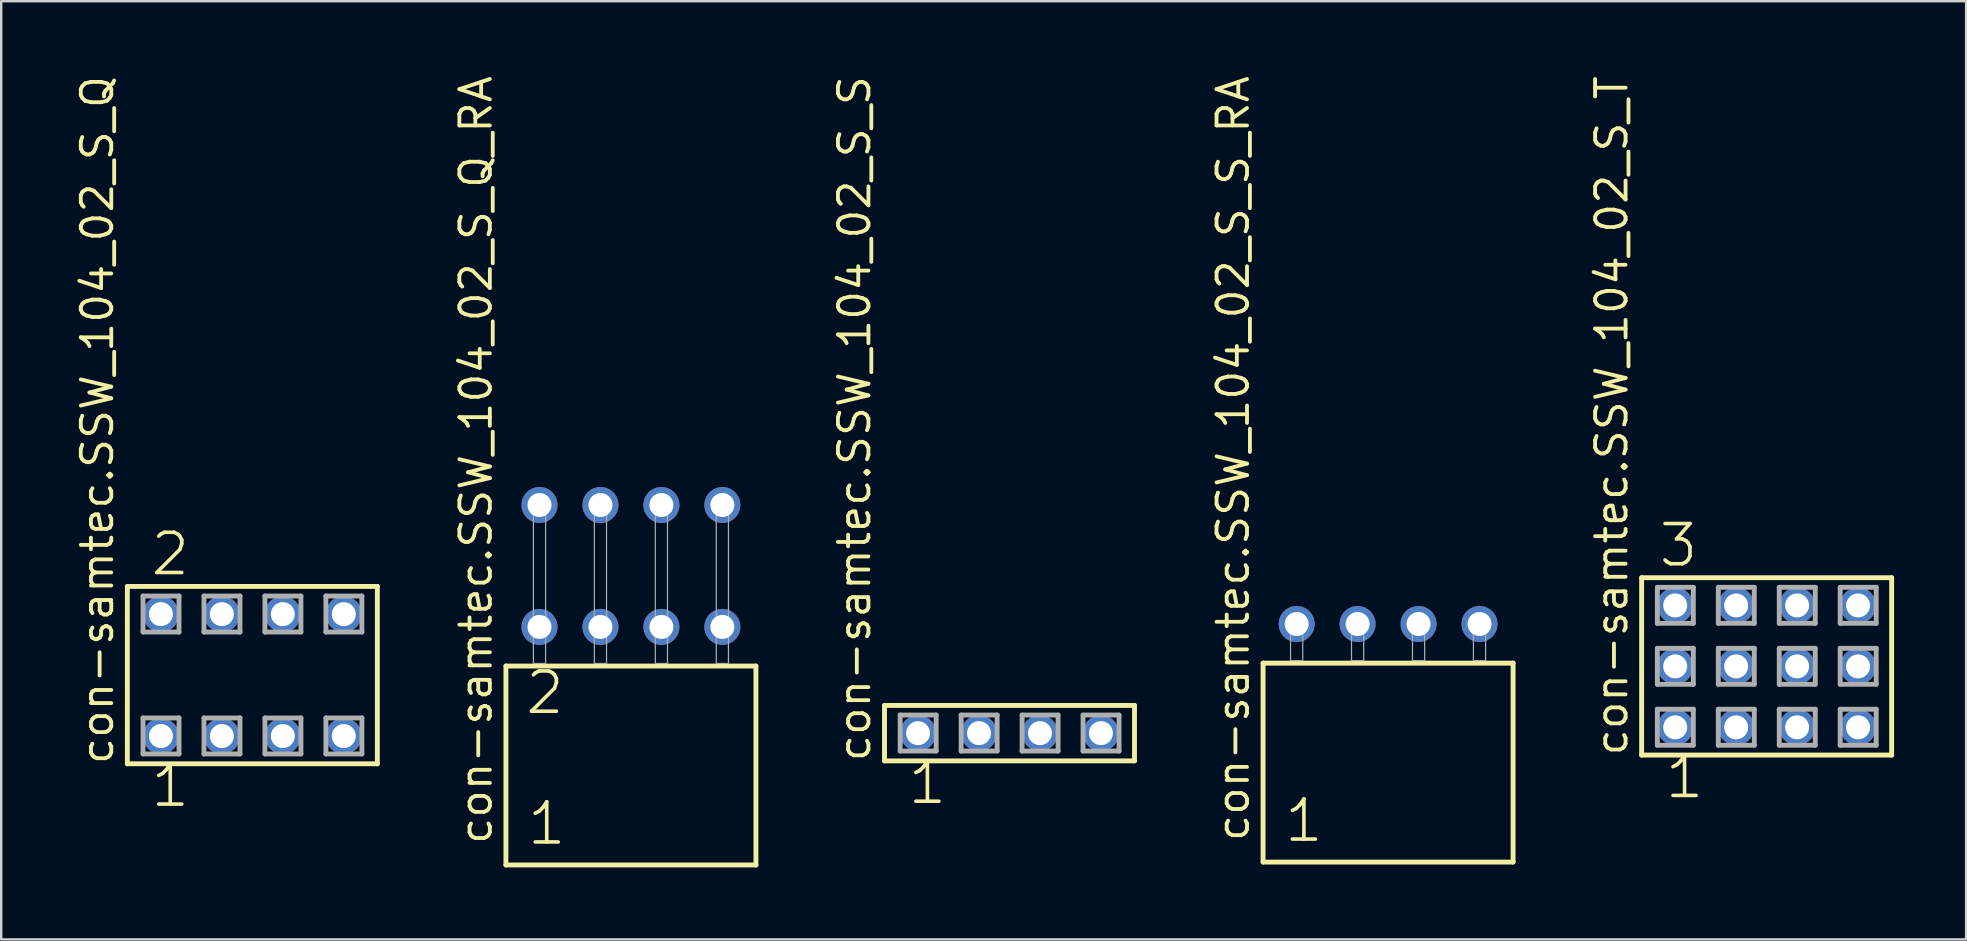
<source format=kicad_pcb>
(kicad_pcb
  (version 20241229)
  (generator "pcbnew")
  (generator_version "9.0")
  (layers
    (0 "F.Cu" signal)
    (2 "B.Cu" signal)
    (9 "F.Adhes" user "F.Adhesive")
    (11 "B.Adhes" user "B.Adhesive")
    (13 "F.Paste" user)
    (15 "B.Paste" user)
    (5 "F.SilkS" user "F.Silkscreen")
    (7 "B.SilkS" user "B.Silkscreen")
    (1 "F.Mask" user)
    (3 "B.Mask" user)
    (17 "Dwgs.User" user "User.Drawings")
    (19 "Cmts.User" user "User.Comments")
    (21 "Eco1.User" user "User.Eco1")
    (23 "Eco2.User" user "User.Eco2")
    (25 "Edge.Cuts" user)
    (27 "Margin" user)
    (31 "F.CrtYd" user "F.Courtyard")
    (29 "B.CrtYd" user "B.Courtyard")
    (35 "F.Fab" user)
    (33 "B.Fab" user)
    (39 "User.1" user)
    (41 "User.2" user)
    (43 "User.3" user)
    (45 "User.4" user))
  (footprint "con-samtec.SSW_104_02_S_Q"
    (layer "F.Cu")
    (at 7.465 25.082)
    (property "Reference" "con-samtec.SSW_104_02_S_Q" (at -5.715 3.81 90) (layer "F.SilkS") (effects (font (size 1.27 1.27) (thickness 0.16)) (justify left bottom)))
    (attr through_hole)
    (fp_line (start -5.209 -3.695) (end 5.209 -3.695) (stroke (width 0.203) (type default)) (layer "F.SilkS"))
    (fp_line (start -5.209 3.695) (end -5.209 -3.695) (stroke (width 0.203) (type default)) (layer "F.SilkS"))
    (fp_line (start 5.209 -3.695) (end 5.209 3.695) (stroke (width 0.203) (type default)) (layer "F.SilkS"))
    (fp_line (start 5.209 3.695) (end -5.209 3.695) (stroke (width 0.203) (type default)) (layer "F.SilkS"))
    (fp_line (start -4.555 -3.295) (end -3.055 -3.295) (stroke (width 0.203) (type default)) (layer "F.Fab"))
    (fp_line (start -4.555 -1.795) (end -4.555 -3.295) (stroke (width 0.203) (type default)) (layer "F.Fab"))
    (fp_line (start -4.555 1.785) (end -3.055 1.785) (stroke (width 0.203) (type default)) (layer "F.Fab"))
    (fp_line (start -4.555 3.285) (end -4.555 1.785) (stroke (width 0.203) (type default)) (layer "F.Fab"))
    (fp_line (start -3.055 -3.295) (end -3.055 -1.795) (stroke (width 0.203) (type default)) (layer "F.Fab"))
    (fp_line (start -3.055 -1.795) (end -4.555 -1.795) (stroke (width 0.203) (type default)) (layer "F.Fab"))
    (fp_line (start -3.055 1.785) (end -3.055 3.285) (stroke (width 0.203) (type default)) (layer "F.Fab"))
    (fp_line (start -3.055 3.285) (end -4.555 3.285) (stroke (width 0.203) (type default)) (layer "F.Fab"))
    (fp_line (start -2.015 -3.295) (end -0.515 -3.295) (stroke (width 0.203) (type default)) (layer "F.Fab"))
    (fp_line (start -2.015 -1.795) (end -2.015 -3.295) (stroke (width 0.203) (type default)) (layer "F.Fab"))
    (fp_line (start -2.015 1.785) (end -0.515 1.785) (stroke (width 0.203) (type default)) (layer "F.Fab"))
    (fp_line (start -2.015 3.285) (end -2.015 1.785) (stroke (width 0.203) (type default)) (layer "F.Fab"))
    (fp_line (start -0.515 -3.295) (end -0.515 -1.795) (stroke (width 0.203) (type default)) (layer "F.Fab"))
    (fp_line (start -0.515 -1.795) (end -2.015 -1.795) (stroke (width 0.203) (type default)) (layer "F.Fab"))
    (fp_line (start -0.515 1.785) (end -0.515 3.285) (stroke (width 0.203) (type default)) (layer "F.Fab"))
    (fp_line (start -0.515 3.285) (end -2.015 3.285) (stroke (width 0.203) (type default)) (layer "F.Fab"))
    (fp_line (start 0.525 -3.295) (end 2.025 -3.295) (stroke (width 0.203) (type default)) (layer "F.Fab"))
    (fp_line (start 0.525 -1.795) (end 0.525 -3.295) (stroke (width 0.203) (type default)) (layer "F.Fab"))
    (fp_line (start 0.525 1.785) (end 2.025 1.785) (stroke (width 0.203) (type default)) (layer "F.Fab"))
    (fp_line (start 0.525 3.285) (end 0.525 1.785) (stroke (width 0.203) (type default)) (layer "F.Fab"))
    (fp_line (start 2.025 -3.295) (end 2.025 -1.795) (stroke (width 0.203) (type default)) (layer "F.Fab"))
    (fp_line (start 2.025 -1.795) (end 0.525 -1.795) (stroke (width 0.203) (type default)) (layer "F.Fab"))
    (fp_line (start 2.025 1.785) (end 2.025 3.285) (stroke (width 0.203) (type default)) (layer "F.Fab"))
    (fp_line (start 2.025 3.285) (end 0.525 3.285) (stroke (width 0.203) (type default)) (layer "F.Fab"))
    (fp_line (start 3.065 -3.295) (end 4.565 -3.295) (stroke (width 0.203) (type default)) (layer "F.Fab"))
    (fp_line (start 3.065 -1.795) (end 3.065 -3.295) (stroke (width 0.203) (type default)) (layer "F.Fab"))
    (fp_line (start 3.065 1.785) (end 4.565 1.785) (stroke (width 0.203) (type default)) (layer "F.Fab"))
    (fp_line (start 3.065 3.285) (end 3.065 1.785) (stroke (width 0.203) (type default)) (layer "F.Fab"))
    (fp_line (start 4.565 -3.295) (end 4.565 -1.795) (stroke (width 0.203) (type default)) (layer "F.Fab"))
    (fp_line (start 4.565 -1.795) (end 3.065 -1.795) (stroke (width 0.203) (type default)) (layer "F.Fab"))
    (fp_line (start 4.565 1.785) (end 4.565 3.285) (stroke (width 0.203) (type default)) (layer "F.Fab"))
    (fp_line (start 4.565 3.285) (end 3.065 3.285) (stroke (width 0.203) (type default)) (layer "F.Fab"))
    (fp_text user "1" (at -4.318 5.588 0) (layer "F.SilkS") (effects (font (size 1.676 1.676) (thickness 0.15)) (justify left bottom)))
    (fp_text user "2" (at -4.318 -4.064 0) (layer "F.SilkS") (effects (font (size 1.676 1.676) (thickness 0.15)) (justify left bottom)))
    (pad "1" thru_hole circle (at -3.81 2.54) (size 1.5 1.5) (drill 1) (layers "*.Cu" "*.Mask"))
    (pad "2" thru_hole circle (at -3.81 -2.54) (size 1.5 1.5) (drill 1) (layers "*.Cu" "*.Mask"))
    (pad "3" thru_hole circle (at -1.27 2.54) (size 1.5 1.5) (drill 1) (layers "*.Cu" "*.Mask"))
    (pad "4" thru_hole circle (at -1.27 -2.54) (size 1.5 1.5) (drill 1) (layers "*.Cu" "*.Mask"))
    (pad "5" thru_hole circle (at 1.27 2.54) (size 1.5 1.5) (drill 1) (layers "*.Cu" "*.Mask"))
    (pad "6" thru_hole circle (at 1.27 -2.54) (size 1.5 1.5) (drill 1) (layers "*.Cu" "*.Mask"))
    (pad "7" thru_hole circle (at 3.81 2.54) (size 1.5 1.5) (drill 1) (layers "*.Cu" "*.Mask"))
    (pad "8" thru_hole circle (at 3.81 -2.54) (size 1.5 1.5) (drill 1) (layers "*.Cu" "*.Mask")))
  (footprint "con-samtec.SSW_104_02_S_Q_RA"
    (layer "F.Cu")
    (at 23.241 24.598)
    (property "Reference" "con-samtec.SSW_104_02_S_Q_RA" (at -5.715 7.62 90) (layer "F.SilkS") (effects (font (size 1.27 1.27) (thickness 0.16)) (justify left bottom)))
    (attr through_hole)
    (fp_line (start -5.209 0.106) (end -5.209 8.396) (stroke (width 0.203) (type default)) (layer "F.SilkS"))
    (fp_line (start -5.209 8.396) (end 5.209 8.396) (stroke (width 0.203) (type default)) (layer "F.SilkS"))
    (fp_line (start 5.209 0.106) (end -5.209 0.106) (stroke (width 0.203) (type default)) (layer "F.SilkS"))
    (fp_line (start 5.209 8.396) (end 5.209 0.106) (stroke (width 0.203) (type default)) (layer "F.SilkS"))
    (fp_rect (start -4.064 0) (end -3.556 -6.858) (stroke (width 0.05) (type default)) (fill no) (layer "F.Fab"))
    (fp_rect (start -1.524 0) (end -1.016 -6.858) (stroke (width 0.05) (type default)) (fill no) (layer "F.Fab"))
    (fp_rect (start 1.016 0) (end 1.524 -6.858) (stroke (width 0.05) (type default)) (fill no) (layer "F.Fab"))
    (fp_rect (start 3.556 0) (end 4.064 -6.858) (stroke (width 0.05) (type default)) (fill no) (layer "F.Fab"))
    (fp_text user "1" (at -4.405 7.65 0) (layer "F.SilkS") (effects (font (size 1.676 1.676) (thickness 0.15)) (justify left bottom)))
    (fp_text user "2" (at -4.48 2.2 0) (layer "F.SilkS") (effects (font (size 1.676 1.676) (thickness 0.15)) (justify left bottom)))
    (pad "1" thru_hole circle (at -3.81 -1.524) (size 1.5 1.5) (drill 1) (layers "*.Cu" "*.Mask"))
    (pad "2" thru_hole circle (at -3.81 -6.604) (size 1.5 1.5) (drill 1) (layers "*.Cu" "*.Mask"))
    (pad "3" thru_hole circle (at -1.27 -1.524) (size 1.5 1.5) (drill 1) (layers "*.Cu" "*.Mask"))
    (pad "4" thru_hole circle (at -1.27 -6.604) (size 1.5 1.5) (drill 1) (layers "*.Cu" "*.Mask"))
    (pad "5" thru_hole circle (at 1.27 -1.524) (size 1.5 1.5) (drill 1) (layers "*.Cu" "*.Mask"))
    (pad "6" thru_hole circle (at 1.27 -6.604) (size 1.5 1.5) (drill 1) (layers "*.Cu" "*.Mask"))
    (pad "7" thru_hole circle (at 3.81 -1.524) (size 1.5 1.5) (drill 1) (layers "*.Cu" "*.Mask"))
    (pad "8" thru_hole circle (at 3.81 -6.604) (size 1.5 1.5) (drill 1) (layers "*.Cu" "*.Mask")))
  (footprint "con-samtec.SSW_104_02_S_T"
    (layer "F.Cu")
    (at 70.567 24.719)
    (property "Reference" "con-samtec.SSW_104_02_S_T" (at -5.715 3.81 90) (layer "F.SilkS") (effects (font (size 1.27 1.27) (thickness 0.16)) (justify left bottom)))
    (attr through_hole)
    (fp_line (start -5.209 -3.695) (end 5.209 -3.695) (stroke (width 0.203) (type default)) (layer "F.SilkS"))
    (fp_line (start -5.209 3.695) (end -5.209 -3.695) (stroke (width 0.203) (type default)) (layer "F.SilkS"))
    (fp_line (start 5.209 -3.695) (end 5.209 3.695) (stroke (width 0.203) (type default)) (layer "F.SilkS"))
    (fp_line (start 5.209 3.695) (end -5.209 3.695) (stroke (width 0.203) (type default)) (layer "F.SilkS"))
    (fp_line (start -4.555 -3.295) (end -3.055 -3.295) (stroke (width 0.203) (type default)) (layer "F.Fab"))
    (fp_line (start -4.555 -1.795) (end -4.555 -3.295) (stroke (width 0.203) (type default)) (layer "F.Fab"))
    (fp_line (start -4.555 -0.755) (end -3.055 -0.755) (stroke (width 0.203) (type default)) (layer "F.Fab"))
    (fp_line (start -4.555 0.745) (end -4.555 -0.755) (stroke (width 0.203) (type default)) (layer "F.Fab"))
    (fp_line (start -4.555 1.785) (end -3.055 1.785) (stroke (width 0.203) (type default)) (layer "F.Fab"))
    (fp_line (start -4.555 3.285) (end -4.555 1.785) (stroke (width 0.203) (type default)) (layer "F.Fab"))
    (fp_line (start -3.055 -3.295) (end -3.055 -1.795) (stroke (width 0.203) (type default)) (layer "F.Fab"))
    (fp_line (start -3.055 -1.795) (end -4.555 -1.795) (stroke (width 0.203) (type default)) (layer "F.Fab"))
    (fp_line (start -3.055 -0.755) (end -3.055 0.745) (stroke (width 0.203) (type default)) (layer "F.Fab"))
    (fp_line (start -3.055 0.745) (end -4.555 0.745) (stroke (width 0.203) (type default)) (layer "F.Fab"))
    (fp_line (start -3.055 1.785) (end -3.055 3.285) (stroke (width 0.203) (type default)) (layer "F.Fab"))
    (fp_line (start -3.055 3.285) (end -4.555 3.285) (stroke (width 0.203) (type default)) (layer "F.Fab"))
    (fp_line (start -2.015 -3.295) (end -0.515 -3.295) (stroke (width 0.203) (type default)) (layer "F.Fab"))
    (fp_line (start -2.015 -1.795) (end -2.015 -3.295) (stroke (width 0.203) (type default)) (layer "F.Fab"))
    (fp_line (start -2.015 -0.755) (end -0.515 -0.755) (stroke (width 0.203) (type default)) (layer "F.Fab"))
    (fp_line (start -2.015 0.745) (end -2.015 -0.755) (stroke (width 0.203) (type default)) (layer "F.Fab"))
    (fp_line (start -2.015 1.785) (end -0.515 1.785) (stroke (width 0.203) (type default)) (layer "F.Fab"))
    (fp_line (start -2.015 3.285) (end -2.015 1.785) (stroke (width 0.203) (type default)) (layer "F.Fab"))
    (fp_line (start -0.515 -3.295) (end -0.515 -1.795) (stroke (width 0.203) (type default)) (layer "F.Fab"))
    (fp_line (start -0.515 -1.795) (end -2.015 -1.795) (stroke (width 0.203) (type default)) (layer "F.Fab"))
    (fp_line (start -0.515 -0.755) (end -0.515 0.745) (stroke (width 0.203) (type default)) (layer "F.Fab"))
    (fp_line (start -0.515 0.745) (end -2.015 0.745) (stroke (width 0.203) (type default)) (layer "F.Fab"))
    (fp_line (start -0.515 1.785) (end -0.515 3.285) (stroke (width 0.203) (type default)) (layer "F.Fab"))
    (fp_line (start -0.515 3.285) (end -2.015 3.285) (stroke (width 0.203) (type default)) (layer "F.Fab"))
    (fp_line (start 0.525 -3.295) (end 2.025 -3.295) (stroke (width 0.203) (type default)) (layer "F.Fab"))
    (fp_line (start 0.525 -1.795) (end 0.525 -3.295) (stroke (width 0.203) (type default)) (layer "F.Fab"))
    (fp_line (start 0.525 -0.755) (end 2.025 -0.755) (stroke (width 0.203) (type default)) (layer "F.Fab"))
    (fp_line (start 0.525 0.745) (end 0.525 -0.755) (stroke (width 0.203) (type default)) (layer "F.Fab"))
    (fp_line (start 0.525 1.785) (end 2.025 1.785) (stroke (width 0.203) (type default)) (layer "F.Fab"))
    (fp_line (start 0.525 3.285) (end 0.525 1.785) (stroke (width 0.203) (type default)) (layer "F.Fab"))
    (fp_line (start 2.025 -3.295) (end 2.025 -1.795) (stroke (width 0.203) (type default)) (layer "F.Fab"))
    (fp_line (start 2.025 -1.795) (end 0.525 -1.795) (stroke (width 0.203) (type default)) (layer "F.Fab"))
    (fp_line (start 2.025 -0.755) (end 2.025 0.745) (stroke (width 0.203) (type default)) (layer "F.Fab"))
    (fp_line (start 2.025 0.745) (end 0.525 0.745) (stroke (width 0.203) (type default)) (layer "F.Fab"))
    (fp_line (start 2.025 1.785) (end 2.025 3.285) (stroke (width 0.203) (type default)) (layer "F.Fab"))
    (fp_line (start 2.025 3.285) (end 0.525 3.285) (stroke (width 0.203) (type default)) (layer "F.Fab"))
    (fp_line (start 3.065 -3.295) (end 4.565 -3.295) (stroke (width 0.203) (type default)) (layer "F.Fab"))
    (fp_line (start 3.065 -1.795) (end 3.065 -3.295) (stroke (width 0.203) (type default)) (layer "F.Fab"))
    (fp_line (start 3.065 -0.755) (end 4.565 -0.755) (stroke (width 0.203) (type default)) (layer "F.Fab"))
    (fp_line (start 3.065 0.745) (end 3.065 -0.755) (stroke (width 0.203) (type default)) (layer "F.Fab"))
    (fp_line (start 3.065 1.785) (end 4.565 1.785) (stroke (width 0.203) (type default)) (layer "F.Fab"))
    (fp_line (start 3.065 3.285) (end 3.065 1.785) (stroke (width 0.203) (type default)) (layer "F.Fab"))
    (fp_line (start 4.565 -3.295) (end 4.565 -1.795) (stroke (width 0.203) (type default)) (layer "F.Fab"))
    (fp_line (start 4.565 -1.795) (end 3.065 -1.795) (stroke (width 0.203) (type default)) (layer "F.Fab"))
    (fp_line (start 4.565 -0.755) (end 4.565 0.745) (stroke (width 0.203) (type default)) (layer "F.Fab"))
    (fp_line (start 4.565 0.745) (end 3.065 0.745) (stroke (width 0.203) (type default)) (layer "F.Fab"))
    (fp_line (start 4.565 1.785) (end 4.565 3.285) (stroke (width 0.203) (type default)) (layer "F.Fab"))
    (fp_line (start 4.565 3.285) (end 3.065 3.285) (stroke (width 0.203) (type default)) (layer "F.Fab"))
    (fp_text user "3" (at -4.572 -4.064 0) (layer "F.SilkS") (effects (font (size 1.676 1.676) (thickness 0.15)) (justify left bottom)))
    (fp_text user "1" (at -4.318 5.588 0) (layer "F.SilkS") (effects (font (size 1.676 1.676) (thickness 0.15)) (justify left bottom)))
    (pad "1" thru_hole circle (at -3.81 2.54) (size 1.5 1.5) (drill 1) (layers "*.Cu" "*.Mask"))
    (pad "2" thru_hole circle (at -3.81 0) (size 1.5 1.5) (drill 1) (layers "*.Cu" "*.Mask"))
    (pad "3" thru_hole circle (at -3.81 -2.54) (size 1.5 1.5) (drill 1) (layers "*.Cu" "*.Mask"))
    (pad "4" thru_hole circle (at -1.27 2.54) (size 1.5 1.5) (drill 1) (layers "*.Cu" "*.Mask"))
    (pad "5" thru_hole circle (at -1.27 0) (size 1.5 1.5) (drill 1) (layers "*.Cu" "*.Mask"))
    (pad "6" thru_hole circle (at -1.27 -2.54) (size 1.5 1.5) (drill 1) (layers "*.Cu" "*.Mask"))
    (pad "7" thru_hole circle (at 1.27 2.54) (size 1.5 1.5) (drill 1) (layers "*.Cu" "*.Mask"))
    (pad "8" thru_hole circle (at 1.27 0) (size 1.5 1.5) (drill 1) (layers "*.Cu" "*.Mask"))
    (pad "9" thru_hole circle (at 1.27 -2.54) (size 1.5 1.5) (drill 1) (layers "*.Cu" "*.Mask"))
    (pad "10" thru_hole circle (at 3.81 2.54) (size 1.5 1.5) (drill 1) (layers "*.Cu" "*.Mask"))
    (pad "11" thru_hole circle (at 3.81 0) (size 1.5 1.5) (drill 1) (layers "*.Cu" "*.Mask"))
    (pad "12" thru_hole circle (at 3.81 -2.54) (size 1.5 1.5) (drill 1) (layers "*.Cu" "*.Mask")))
  (footprint "con-samtec.SSW_104_02_S_S_RA"
    (layer "F.Cu")
    (at 54.792 24.477)
    (property "Reference" "con-samtec.SSW_104_02_S_S_RA" (at -5.715 7.62 90) (layer "F.SilkS") (effects (font (size 1.27 1.27) (thickness 0.16)) (justify left bottom)))
    (attr through_hole)
    (fp_line (start -5.209 0.106) (end -5.209 8.396) (stroke (width 0.203) (type default)) (layer "F.SilkS"))
    (fp_line (start -5.209 8.396) (end 5.209 8.396) (stroke (width 0.203) (type default)) (layer "F.SilkS"))
    (fp_line (start 5.209 0.106) (end -5.209 0.106) (stroke (width 0.203) (type default)) (layer "F.SilkS"))
    (fp_line (start 5.209 8.396) (end 5.209 0.106) (stroke (width 0.203) (type default)) (layer "F.SilkS"))
    (fp_rect (start -4.064 0) (end -3.556 -1.778) (stroke (width 0.05) (type default)) (fill no) (layer "F.Fab"))
    (fp_rect (start -1.524 0) (end -1.016 -1.778) (stroke (width 0.05) (type default)) (fill no) (layer "F.Fab"))
    (fp_rect (start 1.016 0) (end 1.524 -1.778) (stroke (width 0.05) (type default)) (fill no) (layer "F.Fab"))
    (fp_rect (start 3.556 0) (end 4.064 -1.778) (stroke (width 0.05) (type default)) (fill no) (layer "F.Fab"))
    (fp_text user "1" (at -4.405 7.65 0) (layer "F.SilkS") (effects (font (size 1.676 1.676) (thickness 0.15)) (justify left bottom)))
    (pad "1" thru_hole circle (at -3.81 -1.524) (size 1.5 1.5) (drill 1) (layers "*.Cu" "*.Mask"))
    (pad "2" thru_hole circle (at -1.27 -1.524) (size 1.5 1.5) (drill 1) (layers "*.Cu" "*.Mask"))
    (pad "3" thru_hole circle (at 1.27 -1.524) (size 1.5 1.5) (drill 1) (layers "*.Cu" "*.Mask"))
    (pad "4" thru_hole circle (at 3.81 -1.524) (size 1.5 1.5) (drill 1) (layers "*.Cu" "*.Mask")))
  (footprint "con-samtec.SSW_104_02_S_S"
    (layer "F.Cu")
    (at 39.016 27.501)
    (property "Reference" "con-samtec.SSW_104_02_S_S" (at -5.715 1.27 90) (layer "F.SilkS") (effects (font (size 1.27 1.27) (thickness 0.16)) (justify left bottom)))
    (attr through_hole)
    (fp_line (start -5.209 -1.155) (end 5.209 -1.155) (stroke (width 0.203) (type default)) (layer "F.SilkS"))
    (fp_line (start -5.209 1.155) (end -5.209 -1.155) (stroke (width 0.203) (type default)) (layer "F.SilkS"))
    (fp_line (start 5.209 -1.155) (end 5.209 1.155) (stroke (width 0.203) (type default)) (layer "F.SilkS"))
    (fp_line (start 5.209 1.155) (end -5.209 1.155) (stroke (width 0.203) (type default)) (layer "F.SilkS"))
    (fp_line (start -4.555 -0.755) (end -3.055 -0.755) (stroke (width 0.203) (type default)) (layer "F.Fab"))
    (fp_line (start -4.555 0.745) (end -4.555 -0.755) (stroke (width 0.203) (type default)) (layer "F.Fab"))
    (fp_line (start -3.055 -0.755) (end -3.055 0.745) (stroke (width 0.203) (type default)) (layer "F.Fab"))
    (fp_line (start -3.055 0.745) (end -4.555 0.745) (stroke (width 0.203) (type default)) (layer "F.Fab"))
    (fp_line (start -2.015 -0.755) (end -0.515 -0.755) (stroke (width 0.203) (type default)) (layer "F.Fab"))
    (fp_line (start -2.015 0.745) (end -2.015 -0.755) (stroke (width 0.203) (type default)) (layer "F.Fab"))
    (fp_line (start -0.515 -0.755) (end -0.515 0.745) (stroke (width 0.203) (type default)) (layer "F.Fab"))
    (fp_line (start -0.515 0.745) (end -2.015 0.745) (stroke (width 0.203) (type default)) (layer "F.Fab"))
    (fp_line (start 0.525 -0.755) (end 2.025 -0.755) (stroke (width 0.203) (type default)) (layer "F.Fab"))
    (fp_line (start 0.525 0.745) (end 0.525 -0.755) (stroke (width 0.203) (type default)) (layer "F.Fab"))
    (fp_line (start 2.025 -0.755) (end 2.025 0.745) (stroke (width 0.203) (type default)) (layer "F.Fab"))
    (fp_line (start 2.025 0.745) (end 0.525 0.745) (stroke (width 0.203) (type default)) (layer "F.Fab"))
    (fp_line (start 3.065 -0.755) (end 4.565 -0.755) (stroke (width 0.203) (type default)) (layer "F.Fab"))
    (fp_line (start 3.065 0.745) (end 3.065 -0.755) (stroke (width 0.203) (type default)) (layer "F.Fab"))
    (fp_line (start 4.565 -0.755) (end 4.565 0.745) (stroke (width 0.203) (type default)) (layer "F.Fab"))
    (fp_line (start 4.565 0.745) (end 3.065 0.745) (stroke (width 0.203) (type default)) (layer "F.Fab"))
    (fp_text user "1" (at -4.318 3.048 0) (layer "F.SilkS") (effects (font (size 1.676 1.676) (thickness 0.15)) (justify left bottom)))
    (pad "1" thru_hole circle (at -3.81 0) (size 1.5 1.5) (drill 1) (layers "*.Cu" "*.Mask"))
    (pad "2" thru_hole circle (at -1.27 0) (size 1.5 1.5) (drill 1) (layers "*.Cu" "*.Mask"))
    (pad "3" thru_hole circle (at 1.27 0) (size 1.5 1.5) (drill 1) (layers "*.Cu" "*.Mask"))
    (pad "4" thru_hole circle (at 3.81 0) (size 1.5 1.5) (drill 1) (layers "*.Cu" "*.Mask")))
  (gr_rect
    (start -3 -3)
    (end 78.878 36.096)
    (stroke (width 0.1) (type default))
    (fill no)
    (layer "Edge.Cuts")))
</source>
